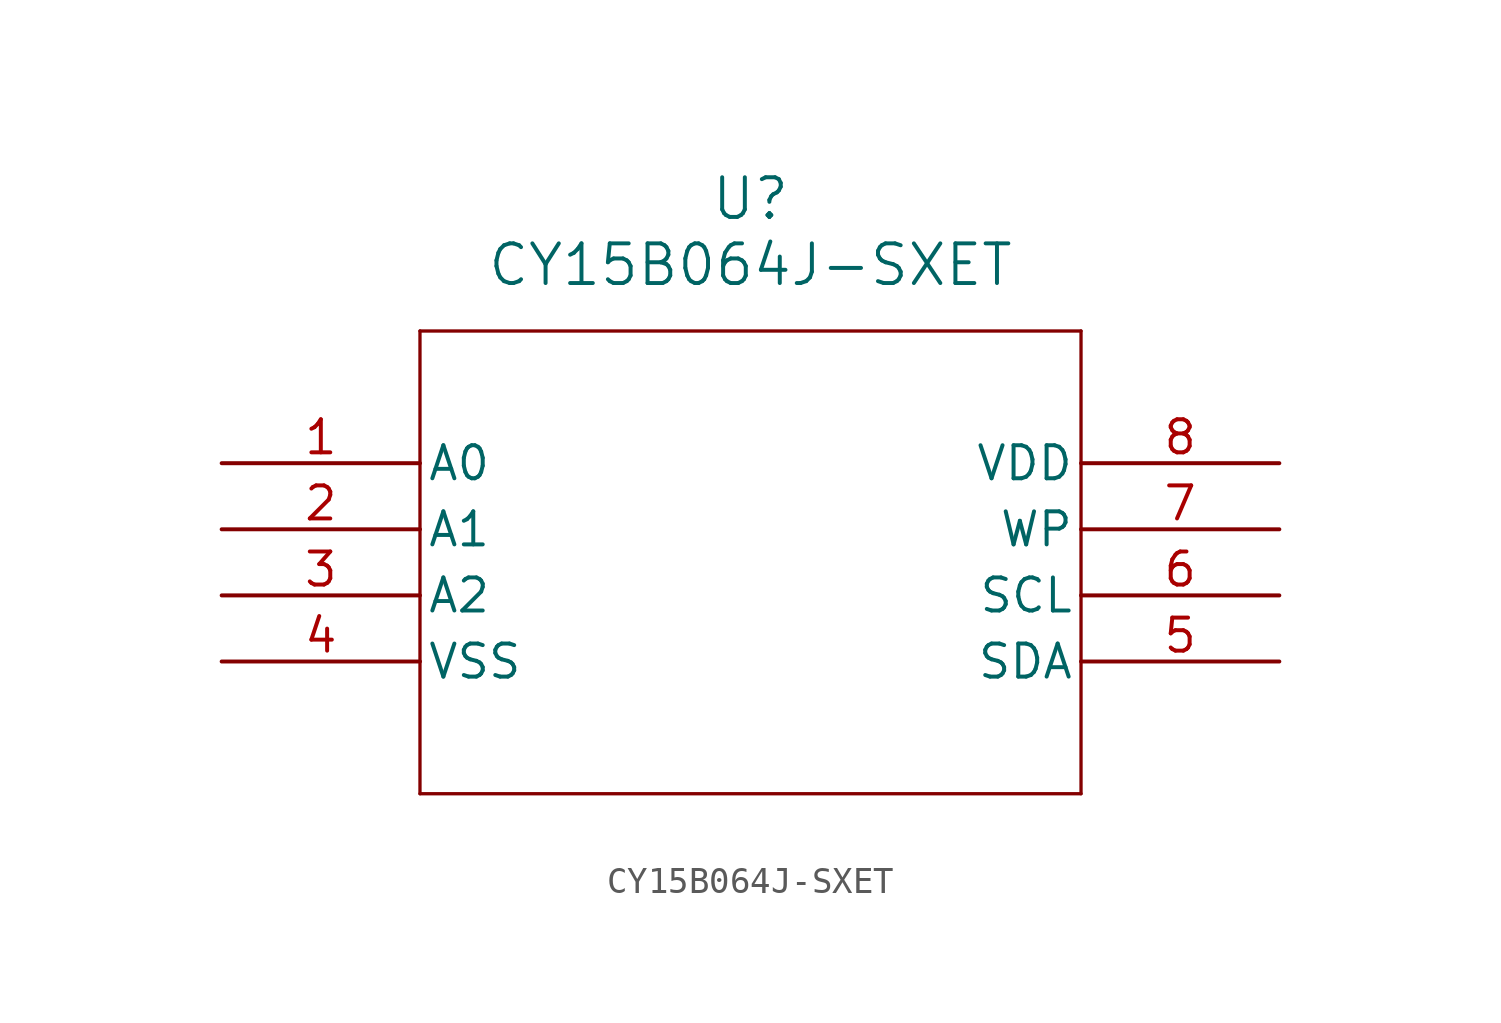
<source format=kicad_sym>
(kicad_symbol_lib
  (version 20211014)
  (generator kicad_symbol_editor)
  (symbol "CY15B064J-SXET"
    (pin_names
      (offset 0.254))
    (property "Reference" "U"
      (at 20.32 10.16 0)
      (effects (font (size 1.524 1.524))))
    (property "Value" "CY15B064J-SXET"
      (at 20.32 7.62 0)
      (effects (font (size 1.524 1.524))))
    (symbol "CY15B064J-SXET_0_1"
      (polyline (pts (xy 7.62 5.08) (xy 7.62 -12.7)) (stroke (width 0.127) (type default) (color 0 0 0 0)) (fill (type none)))
      (polyline (pts (xy 7.62 -12.7) (xy 33.02 -12.7)) (stroke (width 0.127) (type default) (color 0 0 0 0)) (fill (type none)))
      (polyline (pts (xy 33.02 -12.7) (xy 33.02 5.08)) (stroke (width 0.127) (type default) (color 0 0 0 0)) (fill (type none)))
      (polyline (pts (xy 33.02 5.08) (xy 7.62 5.08)) (stroke (width 0.127) (type default) (color 0 0 0 0)) (fill (type none)))
      (pin input line (at 0 0 0) (length 7.62) (name "A0" (effects (font (size 1.27 1.27)))) (number "1" (effects (font (size 1.27 1.27)))))
      (pin input line (at 0 -2.54 0) (length 7.62) (name "A1" (effects (font (size 1.27 1.27)))) (number "2" (effects (font (size 1.27 1.27)))))
      (pin input line (at 0 -5.08 0) (length 7.62) (name "A2" (effects (font (size 1.27 1.27)))) (number "3" (effects (font (size 1.27 1.27)))))
      (pin power_out line (at 0 -7.62 0) (length 7.62) (name "VSS" (effects (font (size 1.27 1.27)))) (number "4" (effects (font (size 1.27 1.27)))))
      (pin bidirectional line (at 40.64 -7.62 180) (length 7.62) (name "SDA" (effects (font (size 1.27 1.27)))) (number "5" (effects (font (size 1.27 1.27)))))
      (pin input line (at 40.64 -5.08 180) (length 7.62) (name "SCL" (effects (font (size 1.27 1.27)))) (number "6" (effects (font (size 1.27 1.27)))))
      (pin input line (at 40.64 -2.54 180) (length 7.62) (name "WP" (effects (font (size 1.27 1.27)))) (number "7" (effects (font (size 1.27 1.27)))))
      (pin power_in line (at 40.64 0 180) (length 7.62) (name "VDD" (effects (font (size 1.27 1.27)))) (number "8" (effects (font (size 1.27 1.27))))))))
</source>
